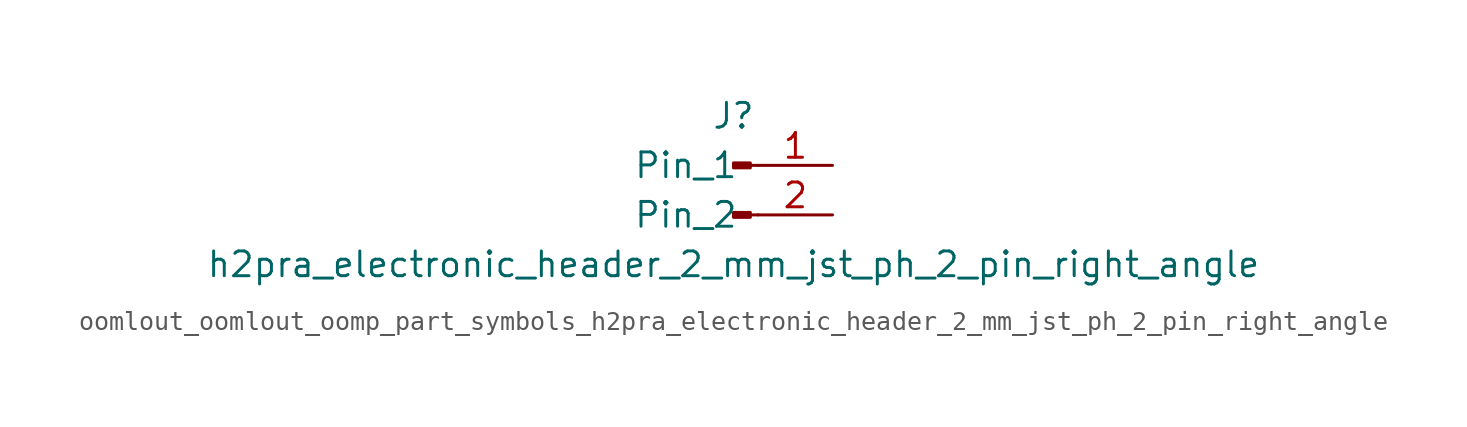
<source format=kicad_sym>
(kicad_symbol_lib
  (version 20220914)
  (generator kicad_symbol_editor)
  (symbol "oomlout_oomlout_oomp_part_symbols_h2pra_electronic_header_2_mm_jst_ph_2_pin_right_angle"
    (pin_names
      (offset 1.016))
    (property "Reference" "J"
      (at 0 2.54 0)
      (effects (font (size 1.27 1.27))))
    (property "Value" "h2pra_electronic_header_2_mm_jst_ph_2_pin_right_angle"
      (at 0 -5.08 0)
      (effects (font (size 1.27 1.27))))
    (property "ki_locked" ""
      (at 0 0 0)
      (effects (font (size 1.27 1.27))))
    (symbol "oomlout_oomlout_oomp_part_symbols_h2pra_electronic_header_2_mm_jst_ph_2_pin_right_angle_1_1"
      (polyline (pts (xy 1.27 -2.54) (xy 0.864 -2.54)) (stroke (width 0.152) (type default)) (fill (type none)))
      (polyline (pts (xy 1.27 0) (xy 0.864 0)) (stroke (width 0.152) (type default)) (fill (type none)))
      (rectangle (start 0.864 -2.413) (end 0 -2.667) (stroke (width 0.152) (type default)) (fill (type outline)))
      (rectangle (start 0.864 0.127) (end 0 -0.127) (stroke (width 0.152) (type default)) (fill (type outline)))
      (pin passive line (at 5.08 0 180) (length 3.81) (name "Pin_1" (effects (font (size 1.27 1.27)))) (number "1" (effects (font (size 1.27 1.27)))))
      (pin passive line (at 5.08 -2.54 180) (length 3.81) (name "Pin_2" (effects (font (size 1.27 1.27)))) (number "2" (effects (font (size 1.27 1.27))))))))
</source>
